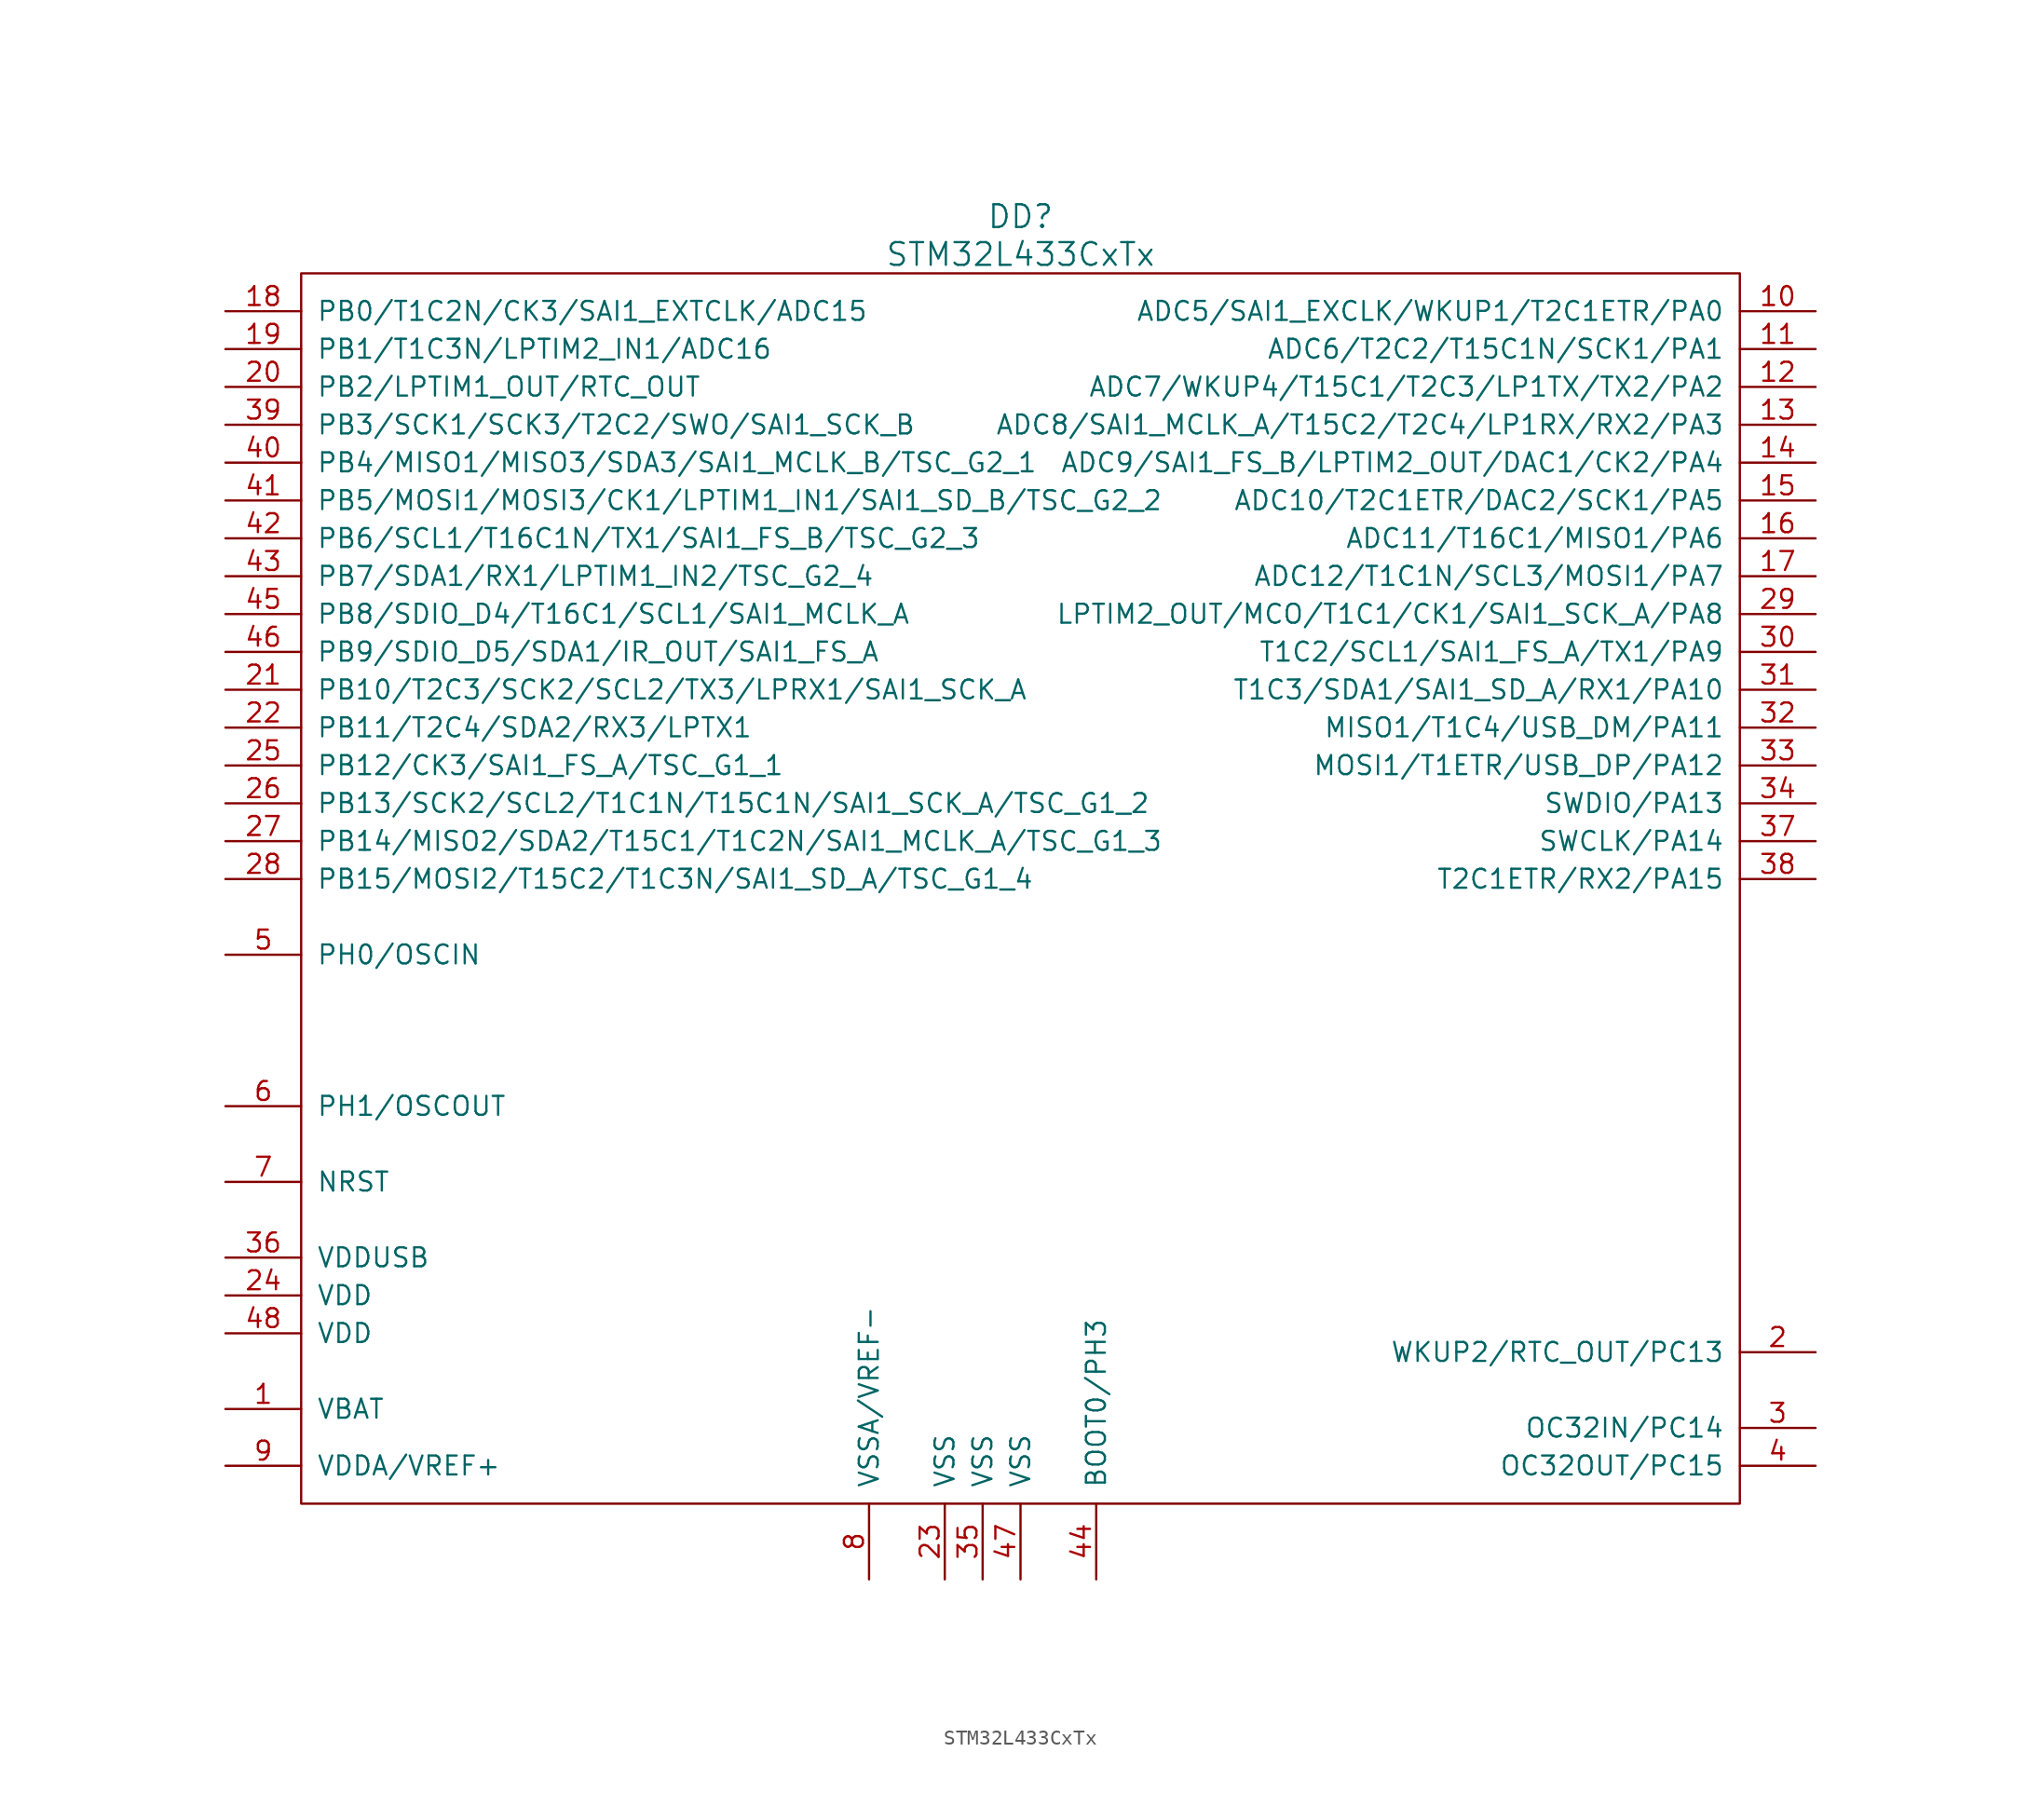
<source format=kicad_sym>
(kicad_symbol_lib
  (version 20220914)
  (generator kicad_symbol_editor)
  (symbol "STM32L433CxTx"
    (pin_names
      (offset 1.016))
    (property "Reference" "DD"
      (at 0 44.45 0)
      (effects (font (size 1.524 1.524))))
    (property "Value" "STM32L433CxTx"
      (at 0 41.91 0)
      (effects (font (size 1.524 1.524))))
    (property "Datasheet" ""
      (at 0 6.35 0)
      (effects (font (size 1.524 1.524))))
    (symbol "STM32L433CxTx_0_1"
      (rectangle (start -48.26 40.64) (end 48.26 -41.91) (stroke (width 0) (type solid)) (fill (type none))))
    (symbol "STM32L433CxTx_1_1"
      (pin power_in line (at -53.34 -35.56 0) (length 5.08) (name "VBAT" (effects (font (size 1.27 1.27)))) (number "1" (effects (font (size 1.27 1.27)))))
      (pin passive line (at 53.34 38.1 180) (length 5.08) (name "ADC5/SAI1_EXCLK/WKUP1/T2C1ETR/PA0" (effects (font (size 1.27 1.27)))) (number "10" (effects (font (size 1.27 1.27)))))
      (pin passive line (at 53.34 35.56 180) (length 5.08) (name "ADC6/T2C2/T15C1N/SCK1/PA1" (effects (font (size 1.27 1.27)))) (number "11" (effects (font (size 1.27 1.27)))))
      (pin passive line (at 53.34 33.02 180) (length 5.08) (name "ADC7/WKUP4/T15C1/T2C3/LP1TX/TX2/PA2" (effects (font (size 1.27 1.27)))) (number "12" (effects (font (size 1.27 1.27)))))
      (pin passive line (at 53.34 30.48 180) (length 5.08) (name "ADC8/SAI1_MCLK_A/T15C2/T2C4/LP1RX/RX2/PA3" (effects (font (size 1.27 1.27)))) (number "13" (effects (font (size 1.27 1.27)))))
      (pin passive line (at 53.34 27.94 180) (length 5.08) (name "ADC9/SAI1_FS_B/LPTIM2_OUT/DAC1/CK2/PA4" (effects (font (size 1.27 1.27)))) (number "14" (effects (font (size 1.27 1.27)))))
      (pin passive line (at 53.34 25.4 180) (length 5.08) (name "ADC10/T2C1ETR/DAC2/SCK1/PA5" (effects (font (size 1.27 1.27)))) (number "15" (effects (font (size 1.27 1.27)))))
      (pin passive line (at 53.34 22.86 180) (length 5.08) (name "ADC11/T16C1/MISO1/PA6" (effects (font (size 1.27 1.27)))) (number "16" (effects (font (size 1.27 1.27)))))
      (pin passive line (at 53.34 20.32 180) (length 5.08) (name "ADC12/T1C1N/SCL3/MOSI1/PA7" (effects (font (size 1.27 1.27)))) (number "17" (effects (font (size 1.27 1.27)))))
      (pin passive line (at -53.34 38.1 0) (length 5.08) (name "PB0/T1C2N/CK3/SAI1_EXTCLK/ADC15" (effects (font (size 1.27 1.27)))) (number "18" (effects (font (size 1.27 1.27)))))
      (pin passive line (at -53.34 35.56 0) (length 5.08) (name "PB1/T1C3N/LPTIM2_IN1/ADC16" (effects (font (size 1.27 1.27)))) (number "19" (effects (font (size 1.27 1.27)))))
      (pin passive line (at 53.34 -31.75 180) (length 5.08) (name "WKUP2/RTC_OUT/PC13" (effects (font (size 1.27 1.27)))) (number "2" (effects (font (size 1.27 1.27)))))
      (pin passive line (at -53.34 33.02 0) (length 5.08) (name "PB2/LPTIM1_OUT/RTC_OUT" (effects (font (size 1.27 1.27)))) (number "20" (effects (font (size 1.27 1.27)))))
      (pin passive line (at -53.34 12.7 0) (length 5.08) (name "PB10/T2C3/SCK2/SCL2/TX3/LPRX1/SAI1_SCK_A" (effects (font (size 1.27 1.27)))) (number "21" (effects (font (size 1.27 1.27)))))
      (pin passive line (at -53.34 10.16 0) (length 5.08) (name "PB11/T2C4/SDA2/RX3/LPTX1" (effects (font (size 1.27 1.27)))) (number "22" (effects (font (size 1.27 1.27)))))
      (pin power_in line (at -5.08 -46.99 90) (length 5.08) (name "VSS" (effects (font (size 1.27 1.27)))) (number "23" (effects (font (size 1.27 1.27)))))
      (pin power_in line (at -53.34 -27.94 0) (length 5.08) (name "VDD" (effects (font (size 1.27 1.27)))) (number "24" (effects (font (size 1.27 1.27)))))
      (pin passive line (at -53.34 7.62 0) (length 5.08) (name "PB12/CK3/SAI1_FS_A/TSC_G1_1" (effects (font (size 1.27 1.27)))) (number "25" (effects (font (size 1.27 1.27)))))
      (pin passive line (at -53.34 5.08 0) (length 5.08) (name "PB13/SCK2/SCL2/T1C1N/T15C1N/SAI1_SCK_A/TSC_G1_2" (effects (font (size 1.27 1.27)))) (number "26" (effects (font (size 1.27 1.27)))))
      (pin passive line (at -53.34 2.54 0) (length 5.08) (name "PB14/MISO2/SDA2/T15C1/T1C2N/SAI1_MCLK_A/TSC_G1_3" (effects (font (size 1.27 1.27)))) (number "27" (effects (font (size 1.27 1.27)))))
      (pin passive line (at -53.34 0 0) (length 5.08) (name "PB15/MOSI2/T15C2/T1C3N/SAI1_SD_A/TSC_G1_4" (effects (font (size 1.27 1.27)))) (number "28" (effects (font (size 1.27 1.27)))))
      (pin passive line (at 53.34 17.78 180) (length 5.08) (name "LPTIM2_OUT/MCO/T1C1/CK1/SAI1_SCK_A/PA8" (effects (font (size 1.27 1.27)))) (number "29" (effects (font (size 1.27 1.27)))))
      (pin passive line (at 53.34 -36.83 180) (length 5.08) (name "OC32IN/PC14" (effects (font (size 1.27 1.27)))) (number "3" (effects (font (size 1.27 1.27)))))
      (pin passive line (at 53.34 15.24 180) (length 5.08) (name "T1C2/SCL1/SAI1_FS_A/TX1/PA9" (effects (font (size 1.27 1.27)))) (number "30" (effects (font (size 1.27 1.27)))))
      (pin passive line (at 53.34 12.7 180) (length 5.08) (name "T1C3/SDA1/SAI1_SD_A/RX1/PA10" (effects (font (size 1.27 1.27)))) (number "31" (effects (font (size 1.27 1.27)))))
      (pin passive line (at 53.34 10.16 180) (length 5.08) (name "MISO1/T1C4/USB_DM/PA11" (effects (font (size 1.27 1.27)))) (number "32" (effects (font (size 1.27 1.27)))))
      (pin passive line (at 53.34 7.62 180) (length 5.08) (name "MOSI1/T1ETR/USB_DP/PA12" (effects (font (size 1.27 1.27)))) (number "33" (effects (font (size 1.27 1.27)))))
      (pin passive line (at 53.34 5.08 180) (length 5.08) (name "SWDIO/PA13" (effects (font (size 1.27 1.27)))) (number "34" (effects (font (size 1.27 1.27)))))
      (pin power_in line (at -2.54 -46.99 90) (length 5.08) (name "VSS" (effects (font (size 1.27 1.27)))) (number "35" (effects (font (size 1.27 1.27)))))
      (pin power_in line (at -53.34 -25.4 0) (length 5.08) (name "VDDUSB" (effects (font (size 1.27 1.27)))) (number "36" (effects (font (size 1.27 1.27)))))
      (pin passive line (at 53.34 2.54 180) (length 5.08) (name "SWCLK/PA14" (effects (font (size 1.27 1.27)))) (number "37" (effects (font (size 1.27 1.27)))))
      (pin passive line (at 53.34 0 180) (length 5.08) (name "T2C1ETR/RX2/PA15" (effects (font (size 1.27 1.27)))) (number "38" (effects (font (size 1.27 1.27)))))
      (pin passive line (at -53.34 30.48 0) (length 5.08) (name "PB3/SCK1/SCK3/T2C2/SWO/SAI1_SCK_B" (effects (font (size 1.27 1.27)))) (number "39" (effects (font (size 1.27 1.27)))))
      (pin passive line (at 53.34 -39.37 180) (length 5.08) (name "OC32OUT/PC15" (effects (font (size 1.27 1.27)))) (number "4" (effects (font (size 1.27 1.27)))))
      (pin passive line (at -53.34 27.94 0) (length 5.08) (name "PB4/MISO1/MISO3/SDA3/SAI1_MCLK_B/TSC_G2_1" (effects (font (size 1.27 1.27)))) (number "40" (effects (font (size 1.27 1.27)))))
      (pin passive line (at -53.34 25.4 0) (length 5.08) (name "PB5/MOSI1/MOSI3/CK1/LPTIM1_IN1/SAI1_SD_B/TSC_G2_2" (effects (font (size 1.27 1.27)))) (number "41" (effects (font (size 1.27 1.27)))))
      (pin passive line (at -53.34 22.86 0) (length 5.08) (name "PB6/SCL1/T16C1N/TX1/SAI1_FS_B/TSC_G2_3" (effects (font (size 1.27 1.27)))) (number "42" (effects (font (size 1.27 1.27)))))
      (pin passive line (at -53.34 20.32 0) (length 5.08) (name "PB7/SDA1/RX1/LPTIM1_IN2/TSC_G2_4" (effects (font (size 1.27 1.27)))) (number "43" (effects (font (size 1.27 1.27)))))
      (pin passive line (at 5.08 -46.99 90) (length 5.08) (name "BOOT0/PH3" (effects (font (size 1.27 1.27)))) (number "44" (effects (font (size 1.27 1.27)))))
      (pin passive line (at -53.34 17.78 0) (length 5.08) (name "PB8/SDIO_D4/T16C1/SCL1/SAI1_MCLK_A" (effects (font (size 1.27 1.27)))) (number "45" (effects (font (size 1.27 1.27)))))
      (pin passive line (at -53.34 15.24 0) (length 5.08) (name "PB9/SDIO_D5/SDA1/IR_OUT/SAI1_FS_A" (effects (font (size 1.27 1.27)))) (number "46" (effects (font (size 1.27 1.27)))))
      (pin power_in line (at 0 -46.99 90) (length 5.08) (name "VSS" (effects (font (size 1.27 1.27)))) (number "47" (effects (font (size 1.27 1.27)))))
      (pin power_in line (at -53.34 -30.48 0) (length 5.08) (name "VDD" (effects (font (size 1.27 1.27)))) (number "48" (effects (font (size 1.27 1.27)))))
      (pin passive line (at -53.34 -5.08 0) (length 5.08) (name "PH0/OSCIN" (effects (font (size 1.27 1.27)))) (number "5" (effects (font (size 1.27 1.27)))))
      (pin passive line (at -53.34 -15.24 0) (length 5.08) (name "PH1/OSCOUT" (effects (font (size 1.27 1.27)))) (number "6" (effects (font (size 1.27 1.27)))))
      (pin passive line (at -53.34 -20.32 0) (length 5.08) (name "NRST" (effects (font (size 1.27 1.27)))) (number "7" (effects (font (size 1.27 1.27)))))
      (pin power_in line (at -10.16 -46.99 90) (length 5.08) (name "VSSA/VREF-" (effects (font (size 1.27 1.27)))) (number "8" (effects (font (size 1.27 1.27)))))
      (pin power_in line (at -53.34 -39.37 0) (length 5.08) (name "VDDA/VREF+" (effects (font (size 1.27 1.27)))) (number "9" (effects (font (size 1.27 1.27))))))))
</source>
